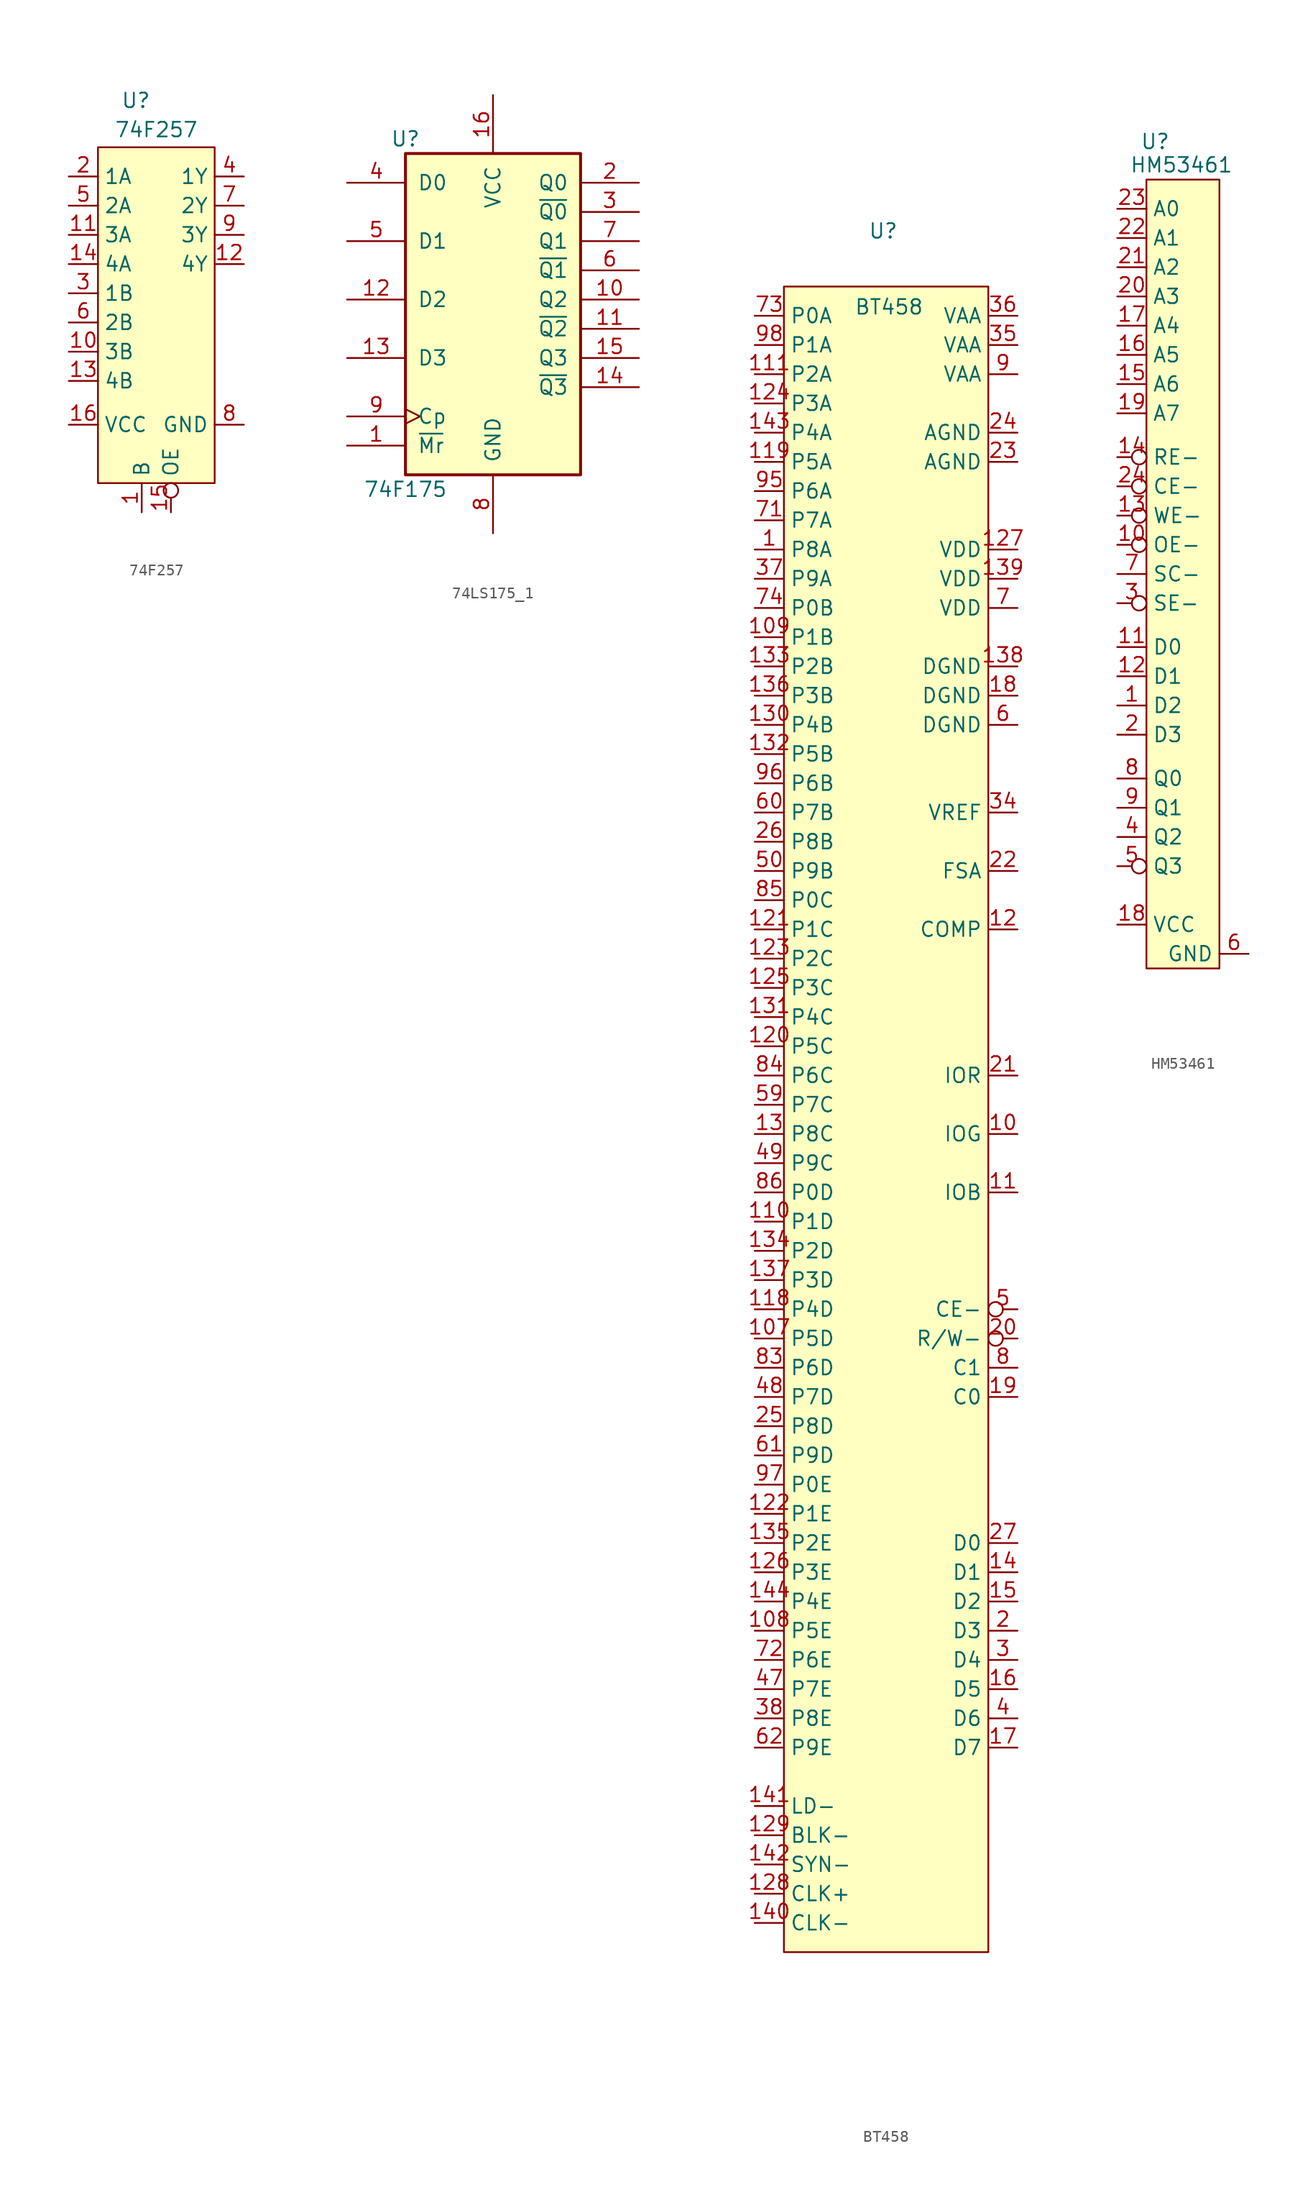
<source format=kicad_sym>
(kicad_symbol_lib
  (version 20241209)
  (generator "kicad_symbol_editor")
  (generator_version "9.0")
  (symbol "74F257"
    (property "Reference" "U"
      (at -1.778 4.064 0)
      (effects (font (size 1.27 1.27))))
    (property "Value" "74F257"
      (at 0 1.524 0)
      (effects (font (size 1.27 1.27))))
    (symbol "74F257_1_1"
      (rectangle (start -5.08 0) (end 5.08 -29.21) (stroke (width 0) (type solid)) (fill (type background)))
      (pin input line (at -7.62 -2.54 0) (length 2.54) (name "1A" (effects (font (size 1.27 1.27)))) (number "2" (effects (font (size 1.27 1.27)))))
      (pin input line (at -7.62 -5.08 0) (length 2.54) (name "2A" (effects (font (size 1.27 1.27)))) (number "5" (effects (font (size 1.27 1.27)))))
      (pin input line (at -7.62 -7.62 0) (length 2.54) (name "3A" (effects (font (size 1.27 1.27)))) (number "11" (effects (font (size 1.27 1.27)))))
      (pin input line (at -7.62 -10.16 0) (length 2.54) (name "4A" (effects (font (size 1.27 1.27)))) (number "14" (effects (font (size 1.27 1.27)))))
      (pin input line (at -7.62 -12.7 0) (length 2.54) (name "1B" (effects (font (size 1.27 1.27)))) (number "3" (effects (font (size 1.27 1.27)))))
      (pin input line (at -7.62 -15.24 0) (length 2.54) (name "2B" (effects (font (size 1.27 1.27)))) (number "6" (effects (font (size 1.27 1.27)))))
      (pin input line (at -7.62 -17.78 0) (length 2.54) (name "3B" (effects (font (size 1.27 1.27)))) (number "10" (effects (font (size 1.27 1.27)))))
      (pin input line (at -7.62 -20.32 0) (length 2.54) (name "4B" (effects (font (size 1.27 1.27)))) (number "13" (effects (font (size 1.27 1.27)))))
      (pin power_in line (at -7.62 -24.13 0) (length 2.54) (name "VCC" (effects (font (size 1.27 1.27)))) (number "16" (effects (font (size 1.27 1.27)))))
      (pin input line (at -1.27 -31.75 90) (length 2.54) (name "B" (effects (font (size 1.27 1.27)))) (number "1" (effects (font (size 1.27 1.27)))))
      (pin input inverted (at 1.27 -31.75 90) (length 2.54) (name "OE" (effects (font (size 1.27 1.27)))) (number "15" (effects (font (size 1.27 1.27)))))
      (pin input line (at 7.62 -2.54 180) (length 2.54) (name "1Y" (effects (font (size 1.27 1.27)))) (number "4" (effects (font (size 1.27 1.27)))))
      (pin input line (at 7.62 -5.08 180) (length 2.54) (name "2Y" (effects (font (size 1.27 1.27)))) (number "7" (effects (font (size 1.27 1.27)))))
      (pin input line (at 7.62 -7.62 180) (length 2.54) (name "3Y" (effects (font (size 1.27 1.27)))) (number "9" (effects (font (size 1.27 1.27)))))
      (pin input line (at 7.62 -10.16 180) (length 2.54) (name "4Y" (effects (font (size 1.27 1.27)))) (number "12" (effects (font (size 1.27 1.27)))))
      (pin power_in line (at 7.62 -24.13 180) (length 2.54) (name "GND" (effects (font (size 1.27 1.27)))) (number "8" (effects (font (size 1.27 1.27)))))))
  (symbol "74LS175_1"
    (pin_names
      (offset 1.016))
    (property "Reference" "U"
      (at -7.62 13.97 0)
      (effects (font (size 1.27 1.27))))
    (property "Value" "74F175"
      (at -7.62 -16.51 0)
      (effects (font (size 1.27 1.27))))
    (symbol "74LS175_1_1_0"
      (pin input line (at -12.7 10.16 0) (length 5.08) (name "D0" (effects (font (size 1.27 1.27)))) (number "4" (effects (font (size 1.27 1.27)))))
      (pin input line (at -12.7 5.08 0) (length 5.08) (name "D1" (effects (font (size 1.27 1.27)))) (number "5" (effects (font (size 1.27 1.27)))))
      (pin input line (at -12.7 0 0) (length 5.08) (name "D2" (effects (font (size 1.27 1.27)))) (number "12" (effects (font (size 1.27 1.27)))))
      (pin input line (at -12.7 -5.08 0) (length 5.08) (name "D3" (effects (font (size 1.27 1.27)))) (number "13" (effects (font (size 1.27 1.27)))))
      (pin input clock (at -12.7 -10.16 0) (length 5.08) (name "Cp" (effects (font (size 1.27 1.27)))) (number "9" (effects (font (size 1.27 1.27)))))
      (pin input line (at -12.7 -12.7 0) (length 5.08) (name "~{Mr}" (effects (font (size 1.27 1.27)))) (number "1" (effects (font (size 1.27 1.27)))))
      (pin power_in line (at 0 17.78 270) (length 5.08) (name "VCC" (effects (font (size 1.27 1.27)))) (number "16" (effects (font (size 1.27 1.27)))))
      (pin power_in line (at 0 -20.32 90) (length 5.08) (name "GND" (effects (font (size 1.27 1.27)))) (number "8" (effects (font (size 1.27 1.27)))))
      (pin output line (at 12.7 10.16 180) (length 5.08) (name "Q0" (effects (font (size 1.27 1.27)))) (number "2" (effects (font (size 1.27 1.27)))))
      (pin output line (at 12.7 7.62 180) (length 5.08) (name "~{Q0}" (effects (font (size 1.27 1.27)))) (number "3" (effects (font (size 1.27 1.27)))))
      (pin output line (at 12.7 5.08 180) (length 5.08) (name "Q1" (effects (font (size 1.27 1.27)))) (number "7" (effects (font (size 1.27 1.27)))))
      (pin output line (at 12.7 2.54 180) (length 5.08) (name "~{Q1}" (effects (font (size 1.27 1.27)))) (number "6" (effects (font (size 1.27 1.27)))))
      (pin output line (at 12.7 0 180) (length 5.08) (name "Q2" (effects (font (size 1.27 1.27)))) (number "10" (effects (font (size 1.27 1.27)))))
      (pin output line (at 12.7 -2.54 180) (length 5.08) (name "~{Q2}" (effects (font (size 1.27 1.27)))) (number "11" (effects (font (size 1.27 1.27)))))
      (pin output line (at 12.7 -5.08 180) (length 5.08) (name "Q3" (effects (font (size 1.27 1.27)))) (number "15" (effects (font (size 1.27 1.27)))))
      (pin output line (at 12.7 -7.62 180) (length 5.08) (name "~{Q3}" (effects (font (size 1.27 1.27)))) (number "14" (effects (font (size 1.27 1.27))))))
    (symbol "74LS175_1_1_1"
      (rectangle (start -7.62 12.7) (end 7.62 -15.24) (stroke (width 0.254) (type default)) (fill (type background)))))
  (symbol "BT458"
    (property "Reference" "U"
      (at -1.524 2.286 0)
      (effects (font (size 1.27 1.27))))
    (property "Value" "BT458"
      (at -1.016 -4.318 0)
      (effects (font (size 1.27 1.27))))
    (symbol "BT458_1_1"
      (rectangle (start -10.16 -2.54) (end 7.62 -147.32) (stroke (width 0) (type solid)) (fill (type background)))
      (pin input line (at -12.7 -5.08 0) (length 2.54) (name "P0A" (effects (font (size 1.27 1.27)))) (number "73" (effects (font (size 1.27 1.27)))))
      (pin input line (at -12.7 -7.62 0) (length 2.54) (name "P1A" (effects (font (size 1.27 1.27)))) (number "98" (effects (font (size 1.27 1.27)))))
      (pin input line (at -12.7 -10.16 0) (length 2.54) (name "P2A" (effects (font (size 1.27 1.27)))) (number "111" (effects (font (size 1.27 1.27)))))
      (pin input line (at -12.7 -12.7 0) (length 2.54) (name "P3A" (effects (font (size 1.27 1.27)))) (number "124" (effects (font (size 1.27 1.27)))))
      (pin input line (at -12.7 -15.24 0) (length 2.54) (name "P4A" (effects (font (size 1.27 1.27)))) (number "143" (effects (font (size 1.27 1.27)))))
      (pin input line (at -12.7 -17.78 0) (length 2.54) (name "P5A" (effects (font (size 1.27 1.27)))) (number "119" (effects (font (size 1.27 1.27)))))
      (pin input line (at -12.7 -20.32 0) (length 2.54) (name "P6A" (effects (font (size 1.27 1.27)))) (number "95" (effects (font (size 1.27 1.27)))))
      (pin input line (at -12.7 -22.86 0) (length 2.54) (name "P7A" (effects (font (size 1.27 1.27)))) (number "71" (effects (font (size 1.27 1.27)))))
      (pin input line (at -12.7 -25.4 0) (length 2.54) (name "P8A" (effects (font (size 1.27 1.27)))) (number "1" (effects (font (size 1.27 1.27)))))
      (pin input line (at -12.7 -27.94 0) (length 2.54) (name "P9A" (effects (font (size 1.27 1.27)))) (number "37" (effects (font (size 1.27 1.27)))))
      (pin input line (at -12.7 -30.48 0) (length 2.54) (name "P0B" (effects (font (size 1.27 1.27)))) (number "74" (effects (font (size 1.27 1.27)))))
      (pin input line (at -12.7 -33.02 0) (length 2.54) (name "P1B" (effects (font (size 1.27 1.27)))) (number "109" (effects (font (size 1.27 1.27)))))
      (pin input line (at -12.7 -35.56 0) (length 2.54) (name "P2B" (effects (font (size 1.27 1.27)))) (number "133" (effects (font (size 1.27 1.27)))))
      (pin input line (at -12.7 -38.1 0) (length 2.54) (name "P3B" (effects (font (size 1.27 1.27)))) (number "136" (effects (font (size 1.27 1.27)))))
      (pin input line (at -12.7 -40.64 0) (length 2.54) (name "P4B" (effects (font (size 1.27 1.27)))) (number "130" (effects (font (size 1.27 1.27)))))
      (pin input line (at -12.7 -43.18 0) (length 2.54) (name "P5B" (effects (font (size 1.27 1.27)))) (number "132" (effects (font (size 1.27 1.27)))))
      (pin input line (at -12.7 -45.72 0) (length 2.54) (name "P6B" (effects (font (size 1.27 1.27)))) (number "96" (effects (font (size 1.27 1.27)))))
      (pin input line (at -12.7 -48.26 0) (length 2.54) (name "P7B" (effects (font (size 1.27 1.27)))) (number "60" (effects (font (size 1.27 1.27)))))
      (pin input line (at -12.7 -50.8 0) (length 2.54) (name "P8B" (effects (font (size 1.27 1.27)))) (number "26" (effects (font (size 1.27 1.27)))))
      (pin input line (at -12.7 -53.34 0) (length 2.54) (name "P9B" (effects (font (size 1.27 1.27)))) (number "50" (effects (font (size 1.27 1.27)))))
      (pin input line (at -12.7 -55.88 0) (length 2.54) (name "P0C" (effects (font (size 1.27 1.27)))) (number "85" (effects (font (size 1.27 1.27)))))
      (pin input line (at -12.7 -58.42 0) (length 2.54) (name "P1C" (effects (font (size 1.27 1.27)))) (number "121" (effects (font (size 1.27 1.27)))))
      (pin input line (at -12.7 -60.96 0) (length 2.54) (name "P2C" (effects (font (size 1.27 1.27)))) (number "123" (effects (font (size 1.27 1.27)))))
      (pin input line (at -12.7 -63.5 0) (length 2.54) (name "P3C" (effects (font (size 1.27 1.27)))) (number "125" (effects (font (size 1.27 1.27)))))
      (pin input line (at -12.7 -66.04 0) (length 2.54) (name "P4C" (effects (font (size 1.27 1.27)))) (number "131" (effects (font (size 1.27 1.27)))))
      (pin input line (at -12.7 -68.58 0) (length 2.54) (name "P5C" (effects (font (size 1.27 1.27)))) (number "120" (effects (font (size 1.27 1.27)))))
      (pin input line (at -12.7 -71.12 0) (length 2.54) (name "P6C" (effects (font (size 1.27 1.27)))) (number "84" (effects (font (size 1.27 1.27)))))
      (pin input line (at -12.7 -73.66 0) (length 2.54) (name "P7C" (effects (font (size 1.27 1.27)))) (number "59" (effects (font (size 1.27 1.27)))))
      (pin input line (at -12.7 -76.2 0) (length 2.54) (name "P8C" (effects (font (size 1.27 1.27)))) (number "13" (effects (font (size 1.27 1.27)))))
      (pin input line (at -12.7 -78.74 0) (length 2.54) (name "P9C" (effects (font (size 1.27 1.27)))) (number "49" (effects (font (size 1.27 1.27)))))
      (pin input line (at -12.7 -81.28 0) (length 2.54) (name "P0D" (effects (font (size 1.27 1.27)))) (number "86" (effects (font (size 1.27 1.27)))))
      (pin input line (at -12.7 -83.82 0) (length 2.54) (name "P1D" (effects (font (size 1.27 1.27)))) (number "110" (effects (font (size 1.27 1.27)))))
      (pin input line (at -12.7 -86.36 0) (length 2.54) (name "P2D" (effects (font (size 1.27 1.27)))) (number "134" (effects (font (size 1.27 1.27)))))
      (pin input line (at -12.7 -88.9 0) (length 2.54) (name "P3D" (effects (font (size 1.27 1.27)))) (number "137" (effects (font (size 1.27 1.27)))))
      (pin input line (at -12.7 -91.44 0) (length 2.54) (name "P4D" (effects (font (size 1.27 1.27)))) (number "118" (effects (font (size 1.27 1.27)))))
      (pin input line (at -12.7 -93.98 0) (length 2.54) (name "P5D" (effects (font (size 1.27 1.27)))) (number "107" (effects (font (size 1.27 1.27)))))
      (pin input line (at -12.7 -96.52 0) (length 2.54) (name "P6D" (effects (font (size 1.27 1.27)))) (number "83" (effects (font (size 1.27 1.27)))))
      (pin input line (at -12.7 -99.06 0) (length 2.54) (name "P7D" (effects (font (size 1.27 1.27)))) (number "48" (effects (font (size 1.27 1.27)))))
      (pin input line (at -12.7 -101.6 0) (length 2.54) (name "P8D" (effects (font (size 1.27 1.27)))) (number "25" (effects (font (size 1.27 1.27)))))
      (pin input line (at -12.7 -104.14 0) (length 2.54) (name "P9D" (effects (font (size 1.27 1.27)))) (number "61" (effects (font (size 1.27 1.27)))))
      (pin input line (at -12.7 -106.68 0) (length 2.54) (name "P0E" (effects (font (size 1.27 1.27)))) (number "97" (effects (font (size 1.27 1.27)))))
      (pin input line (at -12.7 -109.22 0) (length 2.54) (name "P1E" (effects (font (size 1.27 1.27)))) (number "122" (effects (font (size 1.27 1.27)))))
      (pin input line (at -12.7 -111.76 0) (length 2.54) (name "P2E" (effects (font (size 1.27 1.27)))) (number "135" (effects (font (size 1.27 1.27)))))
      (pin input line (at -12.7 -114.3 0) (length 2.54) (name "P3E" (effects (font (size 1.27 1.27)))) (number "126" (effects (font (size 1.27 1.27)))))
      (pin input line (at -12.7 -116.84 0) (length 2.54) (name "P4E" (effects (font (size 1.27 1.27)))) (number "144" (effects (font (size 1.27 1.27)))))
      (pin input line (at -12.7 -119.38 0) (length 2.54) (name "P5E" (effects (font (size 1.27 1.27)))) (number "108" (effects (font (size 1.27 1.27)))))
      (pin input line (at -12.7 -121.92 0) (length 2.54) (name "P6E" (effects (font (size 1.27 1.27)))) (number "72" (effects (font (size 1.27 1.27)))))
      (pin input line (at -12.7 -124.46 0) (length 2.54) (name "P7E" (effects (font (size 1.27 1.27)))) (number "47" (effects (font (size 1.27 1.27)))))
      (pin input line (at -12.7 -127 0) (length 2.54) (name "P8E" (effects (font (size 1.27 1.27)))) (number "38" (effects (font (size 1.27 1.27)))))
      (pin input line (at -12.7 -129.54 0) (length 2.54) (name "P9E" (effects (font (size 1.27 1.27)))) (number "62" (effects (font (size 1.27 1.27)))))
      (pin input line (at -12.7 -134.62 0) (length 2.54) (name "LD-" (effects (font (size 1.27 1.27)))) (number "141" (effects (font (size 1.27 1.27)))))
      (pin input line (at -12.7 -137.16 0) (length 2.54) (name "BLK-" (effects (font (size 1.27 1.27)))) (number "129" (effects (font (size 1.27 1.27)))))
      (pin input line (at -12.7 -139.7 0) (length 2.54) (name "SYN-" (effects (font (size 1.27 1.27)))) (number "142" (effects (font (size 1.27 1.27)))))
      (pin input line (at -12.7 -142.24 0) (length 2.54) (name "CLK+" (effects (font (size 1.27 1.27)))) (number "128" (effects (font (size 1.27 1.27)))))
      (pin input line (at -12.7 -144.78 0) (length 2.54) (name "CLK-" (effects (font (size 1.27 1.27)))) (number "140" (effects (font (size 1.27 1.27)))))
      (pin power_in line (at 10.16 -5.08 180) (length 2.54) (name "VAA" (effects (font (size 1.27 1.27)))) (number "36" (effects (font (size 1.27 1.27)))))
      (pin power_in line (at 10.16 -7.62 180) (length 2.54) (name "VAA" (effects (font (size 1.27 1.27)))) (number "35" (effects (font (size 1.27 1.27)))))
      (pin power_in line (at 10.16 -10.16 180) (length 2.54) (name "VAA" (effects (font (size 1.27 1.27)))) (number "9" (effects (font (size 1.27 1.27)))))
      (pin power_in line (at 10.16 -15.24 180) (length 2.54) (name "AGND" (effects (font (size 1.27 1.27)))) (number "24" (effects (font (size 1.27 1.27)))))
      (pin power_in line (at 10.16 -17.78 180) (length 2.54) (name "AGND" (effects (font (size 1.27 1.27)))) (number "23" (effects (font (size 1.27 1.27)))))
      (pin power_in line (at 10.16 -25.4 180) (length 2.54) (name "VDD" (effects (font (size 1.27 1.27)))) (number "127" (effects (font (size 1.27 1.27)))))
      (pin power_in line (at 10.16 -27.94 180) (length 2.54) (name "VDD" (effects (font (size 1.27 1.27)))) (number "139" (effects (font (size 1.27 1.27)))))
      (pin power_in line (at 10.16 -30.48 180) (length 2.54) (name "VDD" (effects (font (size 1.27 1.27)))) (number "7" (effects (font (size 1.27 1.27)))))
      (pin power_in line (at 10.16 -35.56 180) (length 2.54) (name "DGND" (effects (font (size 1.27 1.27)))) (number "138" (effects (font (size 1.27 1.27)))))
      (pin power_in line (at 10.16 -38.1 180) (length 2.54) (name "DGND" (effects (font (size 1.27 1.27)))) (number "18" (effects (font (size 1.27 1.27)))))
      (pin power_in line (at 10.16 -40.64 180) (length 2.54) (name "DGND" (effects (font (size 1.27 1.27)))) (number "6" (effects (font (size 1.27 1.27)))))
      (pin input line (at 10.16 -48.26 180) (length 2.54) (name "VREF" (effects (font (size 1.27 1.27)))) (number "34" (effects (font (size 1.27 1.27)))))
      (pin input line (at 10.16 -53.34 180) (length 2.54) (name "FSA" (effects (font (size 1.27 1.27)))) (number "22" (effects (font (size 1.27 1.27)))))
      (pin input line (at 10.16 -58.42 180) (length 2.54) (name "COMP" (effects (font (size 1.27 1.27)))) (number "12" (effects (font (size 1.27 1.27)))))
      (pin output line (at 10.16 -71.12 180) (length 2.54) (name "IOR" (effects (font (size 1.27 1.27)))) (number "21" (effects (font (size 1.27 1.27)))))
      (pin output line (at 10.16 -76.2 180) (length 2.54) (name "IOG" (effects (font (size 1.27 1.27)))) (number "10" (effects (font (size 1.27 1.27)))))
      (pin output line (at 10.16 -81.28 180) (length 2.54) (name "IOB" (effects (font (size 1.27 1.27)))) (number "11" (effects (font (size 1.27 1.27)))))
      (pin input inverted (at 10.16 -91.44 180) (length 2.54) (name "CE-" (effects (font (size 1.27 1.27)))) (number "5" (effects (font (size 1.27 1.27)))))
      (pin input inverted (at 10.16 -93.98 180) (length 2.54) (name "R/W-" (effects (font (size 1.27 1.27)))) (number "20" (effects (font (size 1.27 1.27)))))
      (pin input line (at 10.16 -96.52 180) (length 2.54) (name "C1" (effects (font (size 1.27 1.27)))) (number "8" (effects (font (size 1.27 1.27)))))
      (pin input line (at 10.16 -99.06 180) (length 2.54) (name "C0" (effects (font (size 1.27 1.27)))) (number "19" (effects (font (size 1.27 1.27)))))
      (pin bidirectional line (at 10.16 -111.76 180) (length 2.54) (name "D0" (effects (font (size 1.27 1.27)))) (number "27" (effects (font (size 1.27 1.27)))))
      (pin bidirectional line (at 10.16 -114.3 180) (length 2.54) (name "D1" (effects (font (size 1.27 1.27)))) (number "14" (effects (font (size 1.27 1.27)))))
      (pin bidirectional line (at 10.16 -116.84 180) (length 2.54) (name "D2" (effects (font (size 1.27 1.27)))) (number "15" (effects (font (size 1.27 1.27)))))
      (pin bidirectional line (at 10.16 -119.38 180) (length 2.54) (name "D3" (effects (font (size 1.27 1.27)))) (number "2" (effects (font (size 1.27 1.27)))))
      (pin bidirectional line (at 10.16 -121.92 180) (length 2.54) (name "D4" (effects (font (size 1.27 1.27)))) (number "3" (effects (font (size 1.27 1.27)))))
      (pin bidirectional line (at 10.16 -124.46 180) (length 2.54) (name "D5" (effects (font (size 1.27 1.27)))) (number "16" (effects (font (size 1.27 1.27)))))
      (pin bidirectional line (at 10.16 -127 180) (length 2.54) (name "D6" (effects (font (size 1.27 1.27)))) (number "4" (effects (font (size 1.27 1.27)))))
      (pin bidirectional line (at 10.16 -129.54 180) (length 2.54) (name "D7" (effects (font (size 1.27 1.27)))) (number "17" (effects (font (size 1.27 1.27)))))))
  (symbol "HM53461"
    (property "Reference" "U"
      (at -1.778 2.032 0)
      (effects (font (size 1.27 1.27))))
    (property "Value" "HM53461"
      (at 0.508 0 0)
      (effects (font (size 1.27 1.27))))
    (symbol "HM53461_1_1"
      (rectangle (start -2.54 -1.27) (end 3.81 -69.85) (stroke (width 0) (type solid)) (fill (type background)))
      (pin input line (at -5.08 -3.81 0) (length 2.54) (name "A0" (effects (font (size 1.27 1.27)))) (number "23" (effects (font (size 1.27 1.27)))))
      (pin input line (at -5.08 -6.35 0) (length 2.54) (name "A1" (effects (font (size 1.27 1.27)))) (number "22" (effects (font (size 1.27 1.27)))))
      (pin input line (at -5.08 -8.89 0) (length 2.54) (name "A2" (effects (font (size 1.27 1.27)))) (number "21" (effects (font (size 1.27 1.27)))))
      (pin input line (at -5.08 -11.43 0) (length 2.54) (name "A3" (effects (font (size 1.27 1.27)))) (number "20" (effects (font (size 1.27 1.27)))))
      (pin input line (at -5.08 -13.97 0) (length 2.54) (name "A4" (effects (font (size 1.27 1.27)))) (number "17" (effects (font (size 1.27 1.27)))))
      (pin input line (at -5.08 -16.51 0) (length 2.54) (name "A5" (effects (font (size 1.27 1.27)))) (number "16" (effects (font (size 1.27 1.27)))))
      (pin input line (at -5.08 -19.05 0) (length 2.54) (name "A6" (effects (font (size 1.27 1.27)))) (number "15" (effects (font (size 1.27 1.27)))))
      (pin input line (at -5.08 -21.59 0) (length 2.54) (name "A7" (effects (font (size 1.27 1.27)))) (number "19" (effects (font (size 1.27 1.27)))))
      (pin input inverted (at -5.08 -25.4 0) (length 2.54) (name "RE-" (effects (font (size 1.27 1.27)))) (number "14" (effects (font (size 1.27 1.27)))))
      (pin input inverted (at -5.08 -27.94 0) (length 2.54) (name "CE-" (effects (font (size 1.27 1.27)))) (number "24" (effects (font (size 1.27 1.27)))))
      (pin input inverted (at -5.08 -30.48 0) (length 2.54) (name "WE-" (effects (font (size 1.27 1.27)))) (number "13" (effects (font (size 1.27 1.27)))))
      (pin input inverted (at -5.08 -33.02 0) (length 2.54) (name "OE-" (effects (font (size 1.27 1.27)))) (number "10" (effects (font (size 1.27 1.27)))))
      (pin input line (at -5.08 -35.56 0) (length 2.54) (name "SC-" (effects (font (size 1.27 1.27)))) (number "7" (effects (font (size 1.27 1.27)))))
      (pin input inverted (at -5.08 -38.1 0) (length 2.54) (name "SE-" (effects (font (size 1.27 1.27)))) (number "3" (effects (font (size 1.27 1.27)))))
      (pin bidirectional line (at -5.08 -41.91 0) (length 2.54) (name "D0" (effects (font (size 1.27 1.27)))) (number "11" (effects (font (size 1.27 1.27)))))
      (pin bidirectional line (at -5.08 -44.45 0) (length 2.54) (name "D1" (effects (font (size 1.27 1.27)))) (number "12" (effects (font (size 1.27 1.27)))))
      (pin bidirectional line (at -5.08 -46.99 0) (length 2.54) (name "D2" (effects (font (size 1.27 1.27)))) (number "1" (effects (font (size 1.27 1.27)))))
      (pin bidirectional line (at -5.08 -49.53 0) (length 2.54) (name "D3" (effects (font (size 1.27 1.27)))) (number "2" (effects (font (size 1.27 1.27)))))
      (pin output line (at -5.08 -53.34 0) (length 2.54) (name "Q0" (effects (font (size 1.27 1.27)))) (number "8" (effects (font (size 1.27 1.27)))))
      (pin output line (at -5.08 -55.88 0) (length 2.54) (name "Q1" (effects (font (size 1.27 1.27)))) (number "9" (effects (font (size 1.27 1.27)))))
      (pin output line (at -5.08 -58.42 0) (length 2.54) (name "Q2" (effects (font (size 1.27 1.27)))) (number "4" (effects (font (size 1.27 1.27)))))
      (pin output inverted (at -5.08 -60.96 0) (length 2.54) (name "Q3" (effects (font (size 1.27 1.27)))) (number "5" (effects (font (size 1.27 1.27)))))
      (pin power_in line (at -5.08 -66.04 0) (length 2.54) (name "VCC" (effects (font (size 1.27 1.27)))) (number "18" (effects (font (size 1.27 1.27)))))
      (pin power_in line (at 6.35 -68.58 180) (length 2.54) (name "GND" (effects (font (size 1.27 1.27)))) (number "6" (effects (font (size 1.27 1.27))))))))
</source>
